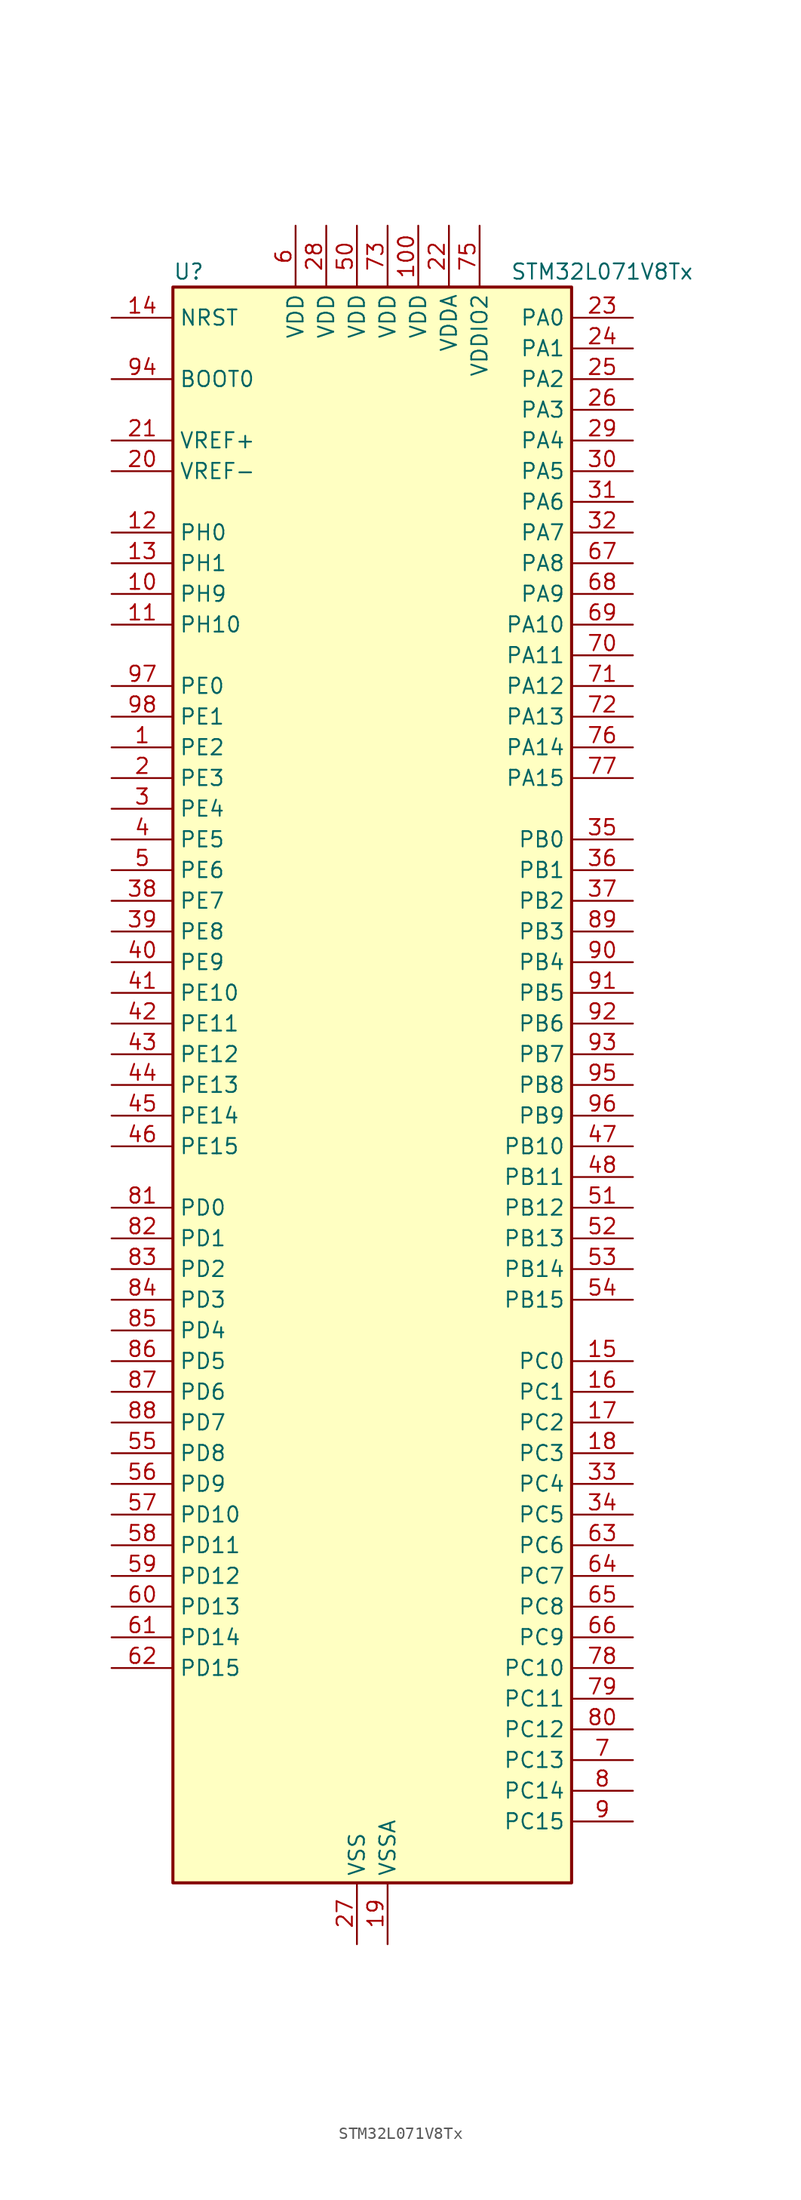
<source format=kicad_sym>
(kicad_symbol_lib
  (version 20231120)
  (generator "kicad_symbol_editor")
  (generator_version "8.0")
  (symbol "STM32L071V8Tx"
    (property "Reference" "U"
      (at -15.24 67.31 0)
      (effects (font (size 1.27 1.27)) (justify left)))
    (property "Value" "STM32L071V8Tx"
      (at 12.7 67.31 0)
      (effects (font (size 1.27 1.27)) (justify left)))
    (property "ki_locked" ""
      (at 0 0 0)
      (effects (font (size 1.27 1.27))))
    (symbol "STM32L071V8Tx_0_1"
      (rectangle (start -15.24 -66.04) (end 17.78 66.04) (stroke (width 0.254) (type default)) (fill (type background))))
    (symbol "STM32L071V8Tx_1_1"
      (pin bidirectional line (at -20.32 27.94 0) (length 5.08) (name "PE2" (effects (font (size 1.27 1.27)))) (number "1" (effects (font (size 1.27 1.27)))) (alternate "TIM3_ETR" bidirectional line))
      (pin bidirectional line (at -20.32 40.64 0) (length 5.08) (name "PH9" (effects (font (size 1.27 1.27)))) (number "10" (effects (font (size 1.27 1.27)))))
      (pin power_in line (at 5.08 71.12 270) (length 5.08) (name "VDD" (effects (font (size 1.27 1.27)))) (number "100" (effects (font (size 1.27 1.27)))))
      (pin bidirectional line (at -20.32 38.1 0) (length 5.08) (name "PH10" (effects (font (size 1.27 1.27)))) (number "11" (effects (font (size 1.27 1.27)))))
      (pin bidirectional line (at -20.32 45.72 0) (length 5.08) (name "PH0" (effects (font (size 1.27 1.27)))) (number "12" (effects (font (size 1.27 1.27)))) (alternate "RCC_OSC_IN" bidirectional line))
      (pin bidirectional line (at -20.32 43.18 0) (length 5.08) (name "PH1" (effects (font (size 1.27 1.27)))) (number "13" (effects (font (size 1.27 1.27)))) (alternate "RCC_OSC_OUT" bidirectional line))
      (pin input line (at -20.32 63.5 0) (length 5.08) (name "NRST" (effects (font (size 1.27 1.27)))) (number "14" (effects (font (size 1.27 1.27)))))
      (pin bidirectional line (at 22.86 -22.86 180) (length 5.08) (name "PC0" (effects (font (size 1.27 1.27)))) (number "15" (effects (font (size 1.27 1.27)))) (alternate "ADC_IN10" bidirectional line) (alternate "I2C3_SCL" bidirectional line) (alternate "LPTIM1_IN1" bidirectional line) (alternate "LPUART1_RX" bidirectional line))
      (pin bidirectional line (at 22.86 -25.4 180) (length 5.08) (name "PC1" (effects (font (size 1.27 1.27)))) (number "16" (effects (font (size 1.27 1.27)))) (alternate "ADC_IN11" bidirectional line) (alternate "I2C3_SDA" bidirectional line) (alternate "LPTIM1_OUT" bidirectional line) (alternate "LPUART1_TX" bidirectional line))
      (pin bidirectional line (at 22.86 -27.94 180) (length 5.08) (name "PC2" (effects (font (size 1.27 1.27)))) (number "17" (effects (font (size 1.27 1.27)))) (alternate "ADC_IN12" bidirectional line) (alternate "I2S2_MCK" bidirectional line) (alternate "LPTIM1_IN2" bidirectional line) (alternate "SPI2_MISO" bidirectional line))
      (pin bidirectional line (at 22.86 -30.48 180) (length 5.08) (name "PC3" (effects (font (size 1.27 1.27)))) (number "18" (effects (font (size 1.27 1.27)))) (alternate "ADC_IN13" bidirectional line) (alternate "I2S2_SD" bidirectional line) (alternate "LPTIM1_ETR" bidirectional line) (alternate "SPI2_MOSI" bidirectional line))
      (pin power_in line (at 2.54 -71.12 90) (length 5.08) (name "VSSA" (effects (font (size 1.27 1.27)))) (number "19" (effects (font (size 1.27 1.27)))))
      (pin bidirectional line (at -20.32 25.4 0) (length 5.08) (name "PE3" (effects (font (size 1.27 1.27)))) (number "2" (effects (font (size 1.27 1.27)))) (alternate "TIM22_CH1" bidirectional line) (alternate "TIM3_CH1" bidirectional line))
      (pin input line (at -20.32 50.8 0) (length 5.08) (name "VREF-" (effects (font (size 1.27 1.27)))) (number "20" (effects (font (size 1.27 1.27)))))
      (pin input line (at -20.32 53.34 0) (length 5.08) (name "VREF+" (effects (font (size 1.27 1.27)))) (number "21" (effects (font (size 1.27 1.27)))))
      (pin power_in line (at 7.62 71.12 270) (length 5.08) (name "VDDA" (effects (font (size 1.27 1.27)))) (number "22" (effects (font (size 1.27 1.27)))))
      (pin bidirectional line (at 22.86 63.5 180) (length 5.08) (name "PA0" (effects (font (size 1.27 1.27)))) (number "23" (effects (font (size 1.27 1.27)))) (alternate "ADC_IN0" bidirectional line) (alternate "COMP1_INM" bidirectional line) (alternate "COMP1_OUT" bidirectional line) (alternate "RTC_TAMP2" bidirectional line) (alternate "SYS_WKUP1" bidirectional line) (alternate "TIM2_CH1" bidirectional line) (alternate "TIM2_ETR" bidirectional line) (alternate "USART2_CTS" bidirectional line) (alternate "USART4_TX" bidirectional line))
      (pin bidirectional line (at 22.86 60.96 180) (length 5.08) (name "PA1" (effects (font (size 1.27 1.27)))) (number "24" (effects (font (size 1.27 1.27)))) (alternate "ADC_IN1" bidirectional line) (alternate "COMP1_INP" bidirectional line) (alternate "TIM21_ETR" bidirectional line) (alternate "TIM2_CH2" bidirectional line) (alternate "USART2_DE" bidirectional line) (alternate "USART2_RTS" bidirectional line) (alternate "USART4_RX" bidirectional line))
      (pin bidirectional line (at 22.86 58.42 180) (length 5.08) (name "PA2" (effects (font (size 1.27 1.27)))) (number "25" (effects (font (size 1.27 1.27)))) (alternate "ADC_IN2" bidirectional line) (alternate "COMP2_INM" bidirectional line) (alternate "COMP2_OUT" bidirectional line) (alternate "LPUART1_TX" bidirectional line) (alternate "TIM21_CH1" bidirectional line) (alternate "TIM2_CH3" bidirectional line) (alternate "USART2_TX" bidirectional line))
      (pin bidirectional line (at 22.86 55.88 180) (length 5.08) (name "PA3" (effects (font (size 1.27 1.27)))) (number "26" (effects (font (size 1.27 1.27)))) (alternate "ADC_IN3" bidirectional line) (alternate "COMP2_INP" bidirectional line) (alternate "LPUART1_RX" bidirectional line) (alternate "TIM21_CH2" bidirectional line) (alternate "TIM2_CH4" bidirectional line) (alternate "USART2_RX" bidirectional line))
      (pin power_in line (at 0 -71.12 90) (length 5.08) (name "VSS" (effects (font (size 1.27 1.27)))) (number "27" (effects (font (size 1.27 1.27)))))
      (pin power_in line (at -2.54 71.12 270) (length 5.08) (name "VDD" (effects (font (size 1.27 1.27)))) (number "28" (effects (font (size 1.27 1.27)))))
      (pin bidirectional line (at 22.86 53.34 180) (length 5.08) (name "PA4" (effects (font (size 1.27 1.27)))) (number "29" (effects (font (size 1.27 1.27)))) (alternate "ADC_IN4" bidirectional line) (alternate "COMP1_INM" bidirectional line) (alternate "COMP2_INM" bidirectional line) (alternate "SPI1_NSS" bidirectional line) (alternate "TIM22_ETR" bidirectional line) (alternate "USART2_CK" bidirectional line))
      (pin bidirectional line (at -20.32 22.86 0) (length 5.08) (name "PE4" (effects (font (size 1.27 1.27)))) (number "3" (effects (font (size 1.27 1.27)))) (alternate "TIM22_CH2" bidirectional line) (alternate "TIM3_CH2" bidirectional line))
      (pin bidirectional line (at 22.86 50.8 180) (length 5.08) (name "PA5" (effects (font (size 1.27 1.27)))) (number "30" (effects (font (size 1.27 1.27)))) (alternate "ADC_IN5" bidirectional line) (alternate "COMP1_INM" bidirectional line) (alternate "COMP2_INM" bidirectional line) (alternate "SPI1_SCK" bidirectional line) (alternate "TIM2_CH1" bidirectional line) (alternate "TIM2_ETR" bidirectional line))
      (pin bidirectional line (at 22.86 48.26 180) (length 5.08) (name "PA6" (effects (font (size 1.27 1.27)))) (number "31" (effects (font (size 1.27 1.27)))) (alternate "ADC_IN6" bidirectional line) (alternate "COMP1_OUT" bidirectional line) (alternate "LPUART1_CTS" bidirectional line) (alternate "SPI1_MISO" bidirectional line) (alternate "TIM22_CH1" bidirectional line) (alternate "TIM3_CH1" bidirectional line))
      (pin bidirectional line (at 22.86 45.72 180) (length 5.08) (name "PA7" (effects (font (size 1.27 1.27)))) (number "32" (effects (font (size 1.27 1.27)))) (alternate "ADC_IN7" bidirectional line) (alternate "COMP2_OUT" bidirectional line) (alternate "SPI1_MOSI" bidirectional line) (alternate "TIM22_CH2" bidirectional line) (alternate "TIM3_CH2" bidirectional line))
      (pin bidirectional line (at 22.86 -33.02 180) (length 5.08) (name "PC4" (effects (font (size 1.27 1.27)))) (number "33" (effects (font (size 1.27 1.27)))) (alternate "ADC_IN14" bidirectional line) (alternate "LPUART1_TX" bidirectional line))
      (pin bidirectional line (at 22.86 -35.56 180) (length 5.08) (name "PC5" (effects (font (size 1.27 1.27)))) (number "34" (effects (font (size 1.27 1.27)))) (alternate "ADC_IN15" bidirectional line) (alternate "LPUART1_RX" bidirectional line))
      (pin bidirectional line (at 22.86 20.32 180) (length 5.08) (name "PB0" (effects (font (size 1.27 1.27)))) (number "35" (effects (font (size 1.27 1.27)))) (alternate "ADC_IN8" bidirectional line) (alternate "SYS_VREF_OUT_PB0" bidirectional line) (alternate "TIM3_CH3" bidirectional line))
      (pin bidirectional line (at 22.86 17.78 180) (length 5.08) (name "PB1" (effects (font (size 1.27 1.27)))) (number "36" (effects (font (size 1.27 1.27)))) (alternate "ADC_IN9" bidirectional line) (alternate "LPUART1_DE" bidirectional line) (alternate "LPUART1_RTS" bidirectional line) (alternate "SYS_VREF_OUT_PB1" bidirectional line) (alternate "TIM3_CH4" bidirectional line))
      (pin bidirectional line (at 22.86 15.24 180) (length 5.08) (name "PB2" (effects (font (size 1.27 1.27)))) (number "37" (effects (font (size 1.27 1.27)))) (alternate "I2C3_SMBA" bidirectional line) (alternate "LPTIM1_OUT" bidirectional line))
      (pin bidirectional line (at -20.32 15.24 0) (length 5.08) (name "PE7" (effects (font (size 1.27 1.27)))) (number "38" (effects (font (size 1.27 1.27)))) (alternate "USART5_CK" bidirectional line) (alternate "USART5_DE" bidirectional line) (alternate "USART5_RTS" bidirectional line))
      (pin bidirectional line (at -20.32 12.7 0) (length 5.08) (name "PE8" (effects (font (size 1.27 1.27)))) (number "39" (effects (font (size 1.27 1.27)))) (alternate "USART4_TX" bidirectional line))
      (pin bidirectional line (at -20.32 20.32 0) (length 5.08) (name "PE5" (effects (font (size 1.27 1.27)))) (number "4" (effects (font (size 1.27 1.27)))) (alternate "TIM21_CH1" bidirectional line) (alternate "TIM3_CH3" bidirectional line))
      (pin bidirectional line (at -20.32 10.16 0) (length 5.08) (name "PE9" (effects (font (size 1.27 1.27)))) (number "40" (effects (font (size 1.27 1.27)))) (alternate "TIM2_CH1" bidirectional line) (alternate "TIM2_ETR" bidirectional line) (alternate "USART4_RX" bidirectional line))
      (pin bidirectional line (at -20.32 7.62 0) (length 5.08) (name "PE10" (effects (font (size 1.27 1.27)))) (number "41" (effects (font (size 1.27 1.27)))) (alternate "TIM2_CH2" bidirectional line) (alternate "USART5_TX" bidirectional line))
      (pin bidirectional line (at -20.32 5.08 0) (length 5.08) (name "PE11" (effects (font (size 1.27 1.27)))) (number "42" (effects (font (size 1.27 1.27)))) (alternate "ADC_EXTI11" bidirectional line) (alternate "TIM2_CH3" bidirectional line) (alternate "USART5_RX" bidirectional line))
      (pin bidirectional line (at -20.32 2.54 0) (length 5.08) (name "PE12" (effects (font (size 1.27 1.27)))) (number "43" (effects (font (size 1.27 1.27)))) (alternate "SPI1_NSS" bidirectional line) (alternate "TIM2_CH4" bidirectional line))
      (pin bidirectional line (at -20.32 0 0) (length 5.08) (name "PE13" (effects (font (size 1.27 1.27)))) (number "44" (effects (font (size 1.27 1.27)))) (alternate "SPI1_SCK" bidirectional line))
      (pin bidirectional line (at -20.32 -2.54 0) (length 5.08) (name "PE14" (effects (font (size 1.27 1.27)))) (number "45" (effects (font (size 1.27 1.27)))) (alternate "SPI1_MISO" bidirectional line))
      (pin bidirectional line (at -20.32 -5.08 0) (length 5.08) (name "PE15" (effects (font (size 1.27 1.27)))) (number "46" (effects (font (size 1.27 1.27)))) (alternate "SPI1_MOSI" bidirectional line))
      (pin bidirectional line (at 22.86 -5.08 180) (length 5.08) (name "PB10" (effects (font (size 1.27 1.27)))) (number "47" (effects (font (size 1.27 1.27)))) (alternate "I2C2_SCL" bidirectional line) (alternate "LPUART1_RX" bidirectional line) (alternate "LPUART1_TX" bidirectional line) (alternate "SPI2_SCK" bidirectional line) (alternate "TIM2_CH3" bidirectional line))
      (pin bidirectional line (at 22.86 -7.62 180) (length 5.08) (name "PB11" (effects (font (size 1.27 1.27)))) (number "48" (effects (font (size 1.27 1.27)))) (alternate "ADC_EXTI11" bidirectional line) (alternate "I2C2_SDA" bidirectional line) (alternate "LPUART1_RX" bidirectional line) (alternate "LPUART1_TX" bidirectional line) (alternate "TIM2_CH4" bidirectional line))
      (pin passive line (at 0 -71.12 90) (length 5.08) hide (name "VSS" (effects (font (size 1.27 1.27)))) (number "49" (effects (font (size 1.27 1.27)))))
      (pin bidirectional line (at -20.32 17.78 0) (length 5.08) (name "PE6" (effects (font (size 1.27 1.27)))) (number "5" (effects (font (size 1.27 1.27)))) (alternate "RTC_TAMP3" bidirectional line) (alternate "SYS_WKUP3" bidirectional line) (alternate "TIM21_CH2" bidirectional line) (alternate "TIM3_CH4" bidirectional line))
      (pin power_in line (at 0 71.12 270) (length 5.08) (name "VDD" (effects (font (size 1.27 1.27)))) (number "50" (effects (font (size 1.27 1.27)))))
      (pin bidirectional line (at 22.86 -10.16 180) (length 5.08) (name "PB12" (effects (font (size 1.27 1.27)))) (number "51" (effects (font (size 1.27 1.27)))) (alternate "I2S2_WS" bidirectional line) (alternate "LPUART1_DE" bidirectional line) (alternate "LPUART1_RTS" bidirectional line) (alternate "SPI2_NSS" bidirectional line))
      (pin bidirectional line (at 22.86 -12.7 180) (length 5.08) (name "PB13" (effects (font (size 1.27 1.27)))) (number "52" (effects (font (size 1.27 1.27)))) (alternate "I2C2_SCL" bidirectional line) (alternate "I2S2_CK" bidirectional line) (alternate "LPUART1_CTS" bidirectional line) (alternate "RCC_MCO" bidirectional line) (alternate "SPI2_SCK" bidirectional line) (alternate "TIM21_CH1" bidirectional line))
      (pin bidirectional line (at 22.86 -15.24 180) (length 5.08) (name "PB14" (effects (font (size 1.27 1.27)))) (number "53" (effects (font (size 1.27 1.27)))) (alternate "I2C2_SDA" bidirectional line) (alternate "I2S2_MCK" bidirectional line) (alternate "LPUART1_DE" bidirectional line) (alternate "LPUART1_RTS" bidirectional line) (alternate "RTC_OUT_ALARM" bidirectional line) (alternate "RTC_OUT_CALIB" bidirectional line) (alternate "SPI2_MISO" bidirectional line) (alternate "TIM21_CH2" bidirectional line))
      (pin bidirectional line (at 22.86 -17.78 180) (length 5.08) (name "PB15" (effects (font (size 1.27 1.27)))) (number "54" (effects (font (size 1.27 1.27)))) (alternate "I2S2_SD" bidirectional line) (alternate "RTC_REFIN" bidirectional line) (alternate "SPI2_MOSI" bidirectional line))
      (pin bidirectional line (at -20.32 -30.48 0) (length 5.08) (name "PD8" (effects (font (size 1.27 1.27)))) (number "55" (effects (font (size 1.27 1.27)))) (alternate "LPUART1_TX" bidirectional line))
      (pin bidirectional line (at -20.32 -33.02 0) (length 5.08) (name "PD9" (effects (font (size 1.27 1.27)))) (number "56" (effects (font (size 1.27 1.27)))) (alternate "LPUART1_RX" bidirectional line))
      (pin bidirectional line (at -20.32 -35.56 0) (length 5.08) (name "PD10" (effects (font (size 1.27 1.27)))) (number "57" (effects (font (size 1.27 1.27)))))
      (pin bidirectional line (at -20.32 -38.1 0) (length 5.08) (name "PD11" (effects (font (size 1.27 1.27)))) (number "58" (effects (font (size 1.27 1.27)))) (alternate "ADC_EXTI11" bidirectional line) (alternate "LPUART1_CTS" bidirectional line))
      (pin bidirectional line (at -20.32 -40.64 0) (length 5.08) (name "PD12" (effects (font (size 1.27 1.27)))) (number "59" (effects (font (size 1.27 1.27)))) (alternate "LPUART1_DE" bidirectional line) (alternate "LPUART1_RTS" bidirectional line))
      (pin power_in line (at -5.08 71.12 270) (length 5.08) (name "VDD" (effects (font (size 1.27 1.27)))) (number "6" (effects (font (size 1.27 1.27)))))
      (pin bidirectional line (at -20.32 -43.18 0) (length 5.08) (name "PD13" (effects (font (size 1.27 1.27)))) (number "60" (effects (font (size 1.27 1.27)))))
      (pin bidirectional line (at -20.32 -45.72 0) (length 5.08) (name "PD14" (effects (font (size 1.27 1.27)))) (number "61" (effects (font (size 1.27 1.27)))))
      (pin bidirectional line (at -20.32 -48.26 0) (length 5.08) (name "PD15" (effects (font (size 1.27 1.27)))) (number "62" (effects (font (size 1.27 1.27)))))
      (pin bidirectional line (at 22.86 -38.1 180) (length 5.08) (name "PC6" (effects (font (size 1.27 1.27)))) (number "63" (effects (font (size 1.27 1.27)))) (alternate "TIM22_CH1" bidirectional line) (alternate "TIM3_CH1" bidirectional line))
      (pin bidirectional line (at 22.86 -40.64 180) (length 5.08) (name "PC7" (effects (font (size 1.27 1.27)))) (number "64" (effects (font (size 1.27 1.27)))) (alternate "TIM22_CH2" bidirectional line) (alternate "TIM3_CH2" bidirectional line))
      (pin bidirectional line (at 22.86 -43.18 180) (length 5.08) (name "PC8" (effects (font (size 1.27 1.27)))) (number "65" (effects (font (size 1.27 1.27)))) (alternate "TIM22_ETR" bidirectional line) (alternate "TIM3_CH3" bidirectional line))
      (pin bidirectional line (at 22.86 -45.72 180) (length 5.08) (name "PC9" (effects (font (size 1.27 1.27)))) (number "66" (effects (font (size 1.27 1.27)))) (alternate "I2C3_SDA" bidirectional line) (alternate "TIM21_ETR" bidirectional line) (alternate "TIM3_CH4" bidirectional line))
      (pin bidirectional line (at 22.86 43.18 180) (length 5.08) (name "PA8" (effects (font (size 1.27 1.27)))) (number "67" (effects (font (size 1.27 1.27)))) (alternate "I2C3_SCL" bidirectional line) (alternate "RCC_MCO" bidirectional line) (alternate "USART1_CK" bidirectional line))
      (pin bidirectional line (at 22.86 40.64 180) (length 5.08) (name "PA9" (effects (font (size 1.27 1.27)))) (number "68" (effects (font (size 1.27 1.27)))) (alternate "I2C1_SCL" bidirectional line) (alternate "I2C3_SMBA" bidirectional line) (alternate "RCC_MCO" bidirectional line) (alternate "USART1_TX" bidirectional line))
      (pin bidirectional line (at 22.86 38.1 180) (length 5.08) (name "PA10" (effects (font (size 1.27 1.27)))) (number "69" (effects (font (size 1.27 1.27)))) (alternate "I2C1_SDA" bidirectional line) (alternate "USART1_RX" bidirectional line))
      (pin bidirectional line (at 22.86 -55.88 180) (length 5.08) (name "PC13" (effects (font (size 1.27 1.27)))) (number "7" (effects (font (size 1.27 1.27)))) (alternate "RTC_OUT_ALARM" bidirectional line) (alternate "RTC_OUT_CALIB" bidirectional line) (alternate "RTC_TAMP1" bidirectional line) (alternate "RTC_TS" bidirectional line) (alternate "SYS_WKUP2" bidirectional line))
      (pin bidirectional line (at 22.86 35.56 180) (length 5.08) (name "PA11" (effects (font (size 1.27 1.27)))) (number "70" (effects (font (size 1.27 1.27)))) (alternate "ADC_EXTI11" bidirectional line) (alternate "COMP1_OUT" bidirectional line) (alternate "SPI1_MISO" bidirectional line) (alternate "USART1_CTS" bidirectional line))
      (pin bidirectional line (at 22.86 33.02 180) (length 5.08) (name "PA12" (effects (font (size 1.27 1.27)))) (number "71" (effects (font (size 1.27 1.27)))) (alternate "COMP2_OUT" bidirectional line) (alternate "SPI1_MOSI" bidirectional line) (alternate "USART1_DE" bidirectional line) (alternate "USART1_RTS" bidirectional line))
      (pin bidirectional line (at 22.86 30.48 180) (length 5.08) (name "PA13" (effects (font (size 1.27 1.27)))) (number "72" (effects (font (size 1.27 1.27)))) (alternate "LPUART1_RX" bidirectional line) (alternate "SYS_SWDIO" bidirectional line))
      (pin power_in line (at 2.54 71.12 270) (length 5.08) (name "VDD" (effects (font (size 1.27 1.27)))) (number "73" (effects (font (size 1.27 1.27)))))
      (pin passive line (at 0 -71.12 90) (length 5.08) hide (name "VSS" (effects (font (size 1.27 1.27)))) (number "74" (effects (font (size 1.27 1.27)))))
      (pin power_in line (at 10.16 71.12 270) (length 5.08) (name "VDDIO2" (effects (font (size 1.27 1.27)))) (number "75" (effects (font (size 1.27 1.27)))))
      (pin bidirectional line (at 22.86 27.94 180) (length 5.08) (name "PA14" (effects (font (size 1.27 1.27)))) (number "76" (effects (font (size 1.27 1.27)))) (alternate "LPUART1_TX" bidirectional line) (alternate "SYS_SWCLK" bidirectional line) (alternate "USART2_TX" bidirectional line))
      (pin bidirectional line (at 22.86 25.4 180) (length 5.08) (name "PA15" (effects (font (size 1.27 1.27)))) (number "77" (effects (font (size 1.27 1.27)))) (alternate "SPI1_NSS" bidirectional line) (alternate "TIM2_CH1" bidirectional line) (alternate "TIM2_ETR" bidirectional line) (alternate "USART2_RX" bidirectional line) (alternate "USART4_DE" bidirectional line) (alternate "USART4_RTS" bidirectional line))
      (pin bidirectional line (at 22.86 -48.26 180) (length 5.08) (name "PC10" (effects (font (size 1.27 1.27)))) (number "78" (effects (font (size 1.27 1.27)))) (alternate "LPUART1_TX" bidirectional line) (alternate "USART4_TX" bidirectional line))
      (pin bidirectional line (at 22.86 -50.8 180) (length 5.08) (name "PC11" (effects (font (size 1.27 1.27)))) (number "79" (effects (font (size 1.27 1.27)))) (alternate "ADC_EXTI11" bidirectional line) (alternate "LPUART1_RX" bidirectional line) (alternate "USART4_RX" bidirectional line))
      (pin bidirectional line (at 22.86 -58.42 180) (length 5.08) (name "PC14" (effects (font (size 1.27 1.27)))) (number "8" (effects (font (size 1.27 1.27)))) (alternate "RCC_OSC32_IN" bidirectional line))
      (pin bidirectional line (at 22.86 -53.34 180) (length 5.08) (name "PC12" (effects (font (size 1.27 1.27)))) (number "80" (effects (font (size 1.27 1.27)))) (alternate "USART4_CK" bidirectional line) (alternate "USART5_TX" bidirectional line))
      (pin bidirectional line (at -20.32 -10.16 0) (length 5.08) (name "PD0" (effects (font (size 1.27 1.27)))) (number "81" (effects (font (size 1.27 1.27)))) (alternate "I2S2_WS" bidirectional line) (alternate "SPI2_NSS" bidirectional line) (alternate "TIM21_CH1" bidirectional line))
      (pin bidirectional line (at -20.32 -12.7 0) (length 5.08) (name "PD1" (effects (font (size 1.27 1.27)))) (number "82" (effects (font (size 1.27 1.27)))) (alternate "I2S2_CK" bidirectional line) (alternate "SPI2_SCK" bidirectional line))
      (pin bidirectional line (at -20.32 -15.24 0) (length 5.08) (name "PD2" (effects (font (size 1.27 1.27)))) (number "83" (effects (font (size 1.27 1.27)))) (alternate "LPUART1_DE" bidirectional line) (alternate "LPUART1_RTS" bidirectional line) (alternate "TIM3_ETR" bidirectional line) (alternate "USART5_RX" bidirectional line))
      (pin bidirectional line (at -20.32 -17.78 0) (length 5.08) (name "PD3" (effects (font (size 1.27 1.27)))) (number "84" (effects (font (size 1.27 1.27)))) (alternate "I2S2_MCK" bidirectional line) (alternate "SPI2_MISO" bidirectional line) (alternate "USART2_CTS" bidirectional line))
      (pin bidirectional line (at -20.32 -20.32 0) (length 5.08) (name "PD4" (effects (font (size 1.27 1.27)))) (number "85" (effects (font (size 1.27 1.27)))) (alternate "I2S2_SD" bidirectional line) (alternate "SPI2_MOSI" bidirectional line) (alternate "USART2_DE" bidirectional line) (alternate "USART2_RTS" bidirectional line))
      (pin bidirectional line (at -20.32 -22.86 0) (length 5.08) (name "PD5" (effects (font (size 1.27 1.27)))) (number "86" (effects (font (size 1.27 1.27)))) (alternate "USART2_TX" bidirectional line))
      (pin bidirectional line (at -20.32 -25.4 0) (length 5.08) (name "PD6" (effects (font (size 1.27 1.27)))) (number "87" (effects (font (size 1.27 1.27)))) (alternate "USART2_RX" bidirectional line))
      (pin bidirectional line (at -20.32 -27.94 0) (length 5.08) (name "PD7" (effects (font (size 1.27 1.27)))) (number "88" (effects (font (size 1.27 1.27)))) (alternate "TIM21_CH2" bidirectional line) (alternate "USART2_CK" bidirectional line))
      (pin bidirectional line (at 22.86 12.7 180) (length 5.08) (name "PB3" (effects (font (size 1.27 1.27)))) (number "89" (effects (font (size 1.27 1.27)))) (alternate "COMP2_INM" bidirectional line) (alternate "SPI1_SCK" bidirectional line) (alternate "TIM2_CH2" bidirectional line) (alternate "USART1_DE" bidirectional line) (alternate "USART1_RTS" bidirectional line) (alternate "USART5_TX" bidirectional line))
      (pin bidirectional line (at 22.86 -60.96 180) (length 5.08) (name "PC15" (effects (font (size 1.27 1.27)))) (number "9" (effects (font (size 1.27 1.27)))) (alternate "RCC_OSC32_OUT" bidirectional line))
      (pin bidirectional line (at 22.86 10.16 180) (length 5.08) (name "PB4" (effects (font (size 1.27 1.27)))) (number "90" (effects (font (size 1.27 1.27)))) (alternate "COMP2_INP" bidirectional line) (alternate "I2C3_SDA" bidirectional line) (alternate "SPI1_MISO" bidirectional line) (alternate "TIM22_CH1" bidirectional line) (alternate "TIM3_CH1" bidirectional line) (alternate "USART1_CTS" bidirectional line) (alternate "USART5_RX" bidirectional line))
      (pin bidirectional line (at 22.86 7.62 180) (length 5.08) (name "PB5" (effects (font (size 1.27 1.27)))) (number "91" (effects (font (size 1.27 1.27)))) (alternate "COMP2_INP" bidirectional line) (alternate "I2C1_SMBA" bidirectional line) (alternate "LPTIM1_IN1" bidirectional line) (alternate "SPI1_MOSI" bidirectional line) (alternate "TIM22_CH2" bidirectional line) (alternate "TIM3_CH2" bidirectional line) (alternate "USART1_CK" bidirectional line) (alternate "USART5_CK" bidirectional line) (alternate "USART5_DE" bidirectional line) (alternate "USART5_RTS" bidirectional line))
      (pin bidirectional line (at 22.86 5.08 180) (length 5.08) (name "PB6" (effects (font (size 1.27 1.27)))) (number "92" (effects (font (size 1.27 1.27)))) (alternate "COMP2_INP" bidirectional line) (alternate "I2C1_SCL" bidirectional line) (alternate "LPTIM1_ETR" bidirectional line) (alternate "USART1_TX" bidirectional line))
      (pin bidirectional line (at 22.86 2.54 180) (length 5.08) (name "PB7" (effects (font (size 1.27 1.27)))) (number "93" (effects (font (size 1.27 1.27)))) (alternate "COMP2_INP" bidirectional line) (alternate "I2C1_SDA" bidirectional line) (alternate "LPTIM1_IN2" bidirectional line) (alternate "SYS_PVD_IN" bidirectional line) (alternate "USART1_RX" bidirectional line) (alternate "USART4_CTS" bidirectional line))
      (pin input line (at -20.32 58.42 0) (length 5.08) (name "BOOT0" (effects (font (size 1.27 1.27)))) (number "94" (effects (font (size 1.27 1.27)))))
      (pin bidirectional line (at 22.86 0 180) (length 5.08) (name "PB8" (effects (font (size 1.27 1.27)))) (number "95" (effects (font (size 1.27 1.27)))) (alternate "I2C1_SCL" bidirectional line))
      (pin bidirectional line (at 22.86 -2.54 180) (length 5.08) (name "PB9" (effects (font (size 1.27 1.27)))) (number "96" (effects (font (size 1.27 1.27)))) (alternate "I2C1_SDA" bidirectional line) (alternate "I2S2_WS" bidirectional line) (alternate "SPI2_NSS" bidirectional line))
      (pin bidirectional line (at -20.32 33.02 0) (length 5.08) (name "PE0" (effects (font (size 1.27 1.27)))) (number "97" (effects (font (size 1.27 1.27)))))
      (pin bidirectional line (at -20.32 30.48 0) (length 5.08) (name "PE1" (effects (font (size 1.27 1.27)))) (number "98" (effects (font (size 1.27 1.27)))))
      (pin passive line (at 0 -71.12 90) (length 5.08) hide (name "VSS" (effects (font (size 1.27 1.27)))) (number "99" (effects (font (size 1.27 1.27))))))))
</source>
